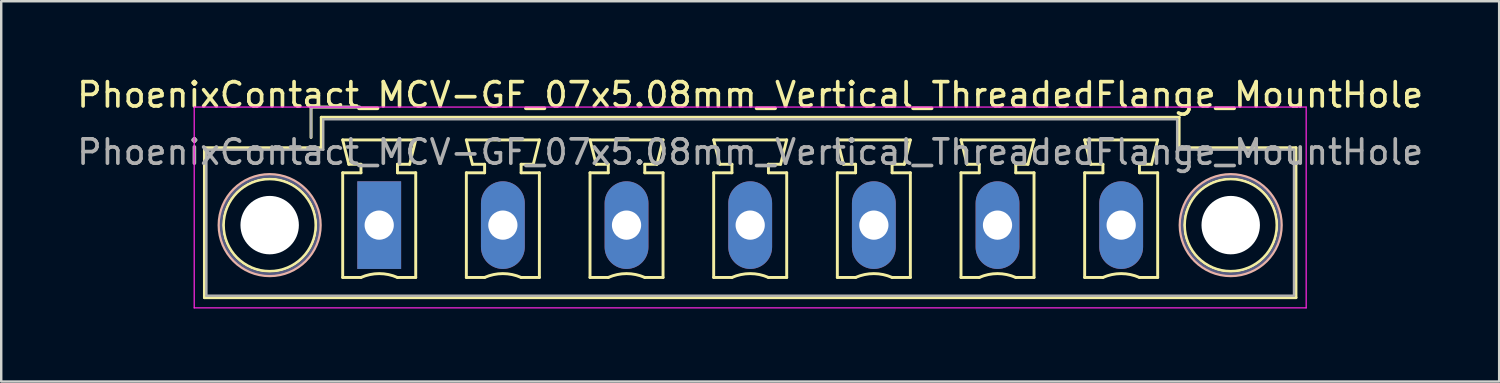
<source format=kicad_pcb>
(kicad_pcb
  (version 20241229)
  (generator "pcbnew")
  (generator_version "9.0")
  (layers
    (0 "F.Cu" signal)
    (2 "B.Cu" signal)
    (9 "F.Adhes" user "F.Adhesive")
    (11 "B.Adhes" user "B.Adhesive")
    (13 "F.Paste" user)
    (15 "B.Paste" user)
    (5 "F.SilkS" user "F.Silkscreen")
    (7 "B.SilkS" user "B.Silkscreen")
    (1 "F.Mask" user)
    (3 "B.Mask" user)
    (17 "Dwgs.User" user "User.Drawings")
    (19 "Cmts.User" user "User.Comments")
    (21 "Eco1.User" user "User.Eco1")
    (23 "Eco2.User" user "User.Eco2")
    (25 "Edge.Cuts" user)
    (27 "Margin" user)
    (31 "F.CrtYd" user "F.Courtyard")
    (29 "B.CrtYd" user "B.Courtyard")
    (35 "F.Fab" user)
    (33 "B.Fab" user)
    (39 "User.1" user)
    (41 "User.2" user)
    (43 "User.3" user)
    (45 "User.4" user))
  (footprint "PhoenixContact_MCV-GF_07x5.08mm_Vertical_ThreadedFlange_MountHole"
    (layer "F.Cu")
    (at 12.528 6.198)
    (property "Reference" "PhoenixContact_MCV-GF_07x5.08mm_Vertical_ThreadedFlange_MountHole" (at 15.24 -5.35 0) (layer "F.SilkS") (effects (font (size 1 1) (thickness 0.15))))
    (attr through_hole)
    (fp_line (start -7.18 -3.18) (end -7.18 2.98) (stroke (width 0.12) (type solid)) (layer "F.SilkS"))
    (fp_line (start -7.18 2.98) (end 37.66 2.98) (stroke (width 0.12) (type solid)) (layer "F.SilkS"))
    (fp_line (start -2.8 -4.85) (end -0.8 -4.85) (stroke (width 0.12) (type solid)) (layer "F.SilkS"))
    (fp_line (start -2.8 -3.6) (end -2.8 -4.85) (stroke (width 0.12) (type solid)) (layer "F.SilkS"))
    (fp_line (start -2.38 -4.43) (end -2.38 -3.18) (stroke (width 0.12) (type solid)) (layer "F.SilkS"))
    (fp_line (start -2.38 -3.18) (end -7.18 -3.18) (stroke (width 0.12) (type solid)) (layer "F.SilkS"))
    (fp_line (start -1.5 -3.5) (end 1.5 -3.5) (stroke (width 0.12) (type solid)) (layer "F.SilkS"))
    (fp_line (start -1.5 -2.15) (end -0.75 -2.15) (stroke (width 0.12) (type solid)) (layer "F.SilkS"))
    (fp_line (start -1.5 2.15) (end -1.5 -2.15) (stroke (width 0.12) (type solid)) (layer "F.SilkS"))
    (fp_line (start -1.25 -2.5) (end -1.5 -3.5) (stroke (width 0.12) (type solid)) (layer "F.SilkS"))
    (fp_line (start -0.75 -2.5) (end -1.25 -2.5) (stroke (width 0.12) (type solid)) (layer "F.SilkS"))
    (fp_line (start -0.75 -2.15) (end -0.75 -2.5) (stroke (width 0.12) (type solid)) (layer "F.SilkS"))
    (fp_line (start -0.75 2.15) (end -1.5 2.15) (stroke (width 0.12) (type solid)) (layer "F.SilkS"))
    (fp_line (start 0.75 -2.5) (end 0.75 -2.15) (stroke (width 0.12) (type solid)) (layer "F.SilkS"))
    (fp_line (start 0.75 -2.15) (end 1.5 -2.15) (stroke (width 0.12) (type solid)) (layer "F.SilkS"))
    (fp_line (start 1.25 -2.5) (end 0.75 -2.5) (stroke (width 0.12) (type solid)) (layer "F.SilkS"))
    (fp_line (start 1.5 -3.5) (end 1.25 -2.5) (stroke (width 0.12) (type solid)) (layer "F.SilkS"))
    (fp_line (start 1.5 -2.15) (end 1.5 2.15) (stroke (width 0.12) (type solid)) (layer "F.SilkS"))
    (fp_line (start 1.5 2.15) (end 0.75 2.15) (stroke (width 0.12) (type solid)) (layer "F.SilkS"))
    (fp_line (start 3.58 -3.5) (end 6.58 -3.5) (stroke (width 0.12) (type solid)) (layer "F.SilkS"))
    (fp_line (start 3.58 -2.15) (end 4.33 -2.15) (stroke (width 0.12) (type solid)) (layer "F.SilkS"))
    (fp_line (start 3.58 2.15) (end 3.58 -2.15) (stroke (width 0.12) (type solid)) (layer "F.SilkS"))
    (fp_line (start 3.83 -2.5) (end 3.58 -3.5) (stroke (width 0.12) (type solid)) (layer "F.SilkS"))
    (fp_line (start 4.33 -2.5) (end 3.83 -2.5) (stroke (width 0.12) (type solid)) (layer "F.SilkS"))
    (fp_line (start 4.33 -2.15) (end 4.33 -2.5) (stroke (width 0.12) (type solid)) (layer "F.SilkS"))
    (fp_line (start 4.33 2.15) (end 3.58 2.15) (stroke (width 0.12) (type solid)) (layer "F.SilkS"))
    (fp_line (start 5.83 -2.5) (end 5.83 -2.15) (stroke (width 0.12) (type solid)) (layer "F.SilkS"))
    (fp_line (start 5.83 -2.15) (end 6.58 -2.15) (stroke (width 0.12) (type solid)) (layer "F.SilkS"))
    (fp_line (start 6.33 -2.5) (end 5.83 -2.5) (stroke (width 0.12) (type solid)) (layer "F.SilkS"))
    (fp_line (start 6.58 -3.5) (end 6.33 -2.5) (stroke (width 0.12) (type solid)) (layer "F.SilkS"))
    (fp_line (start 6.58 -2.15) (end 6.58 2.15) (stroke (width 0.12) (type solid)) (layer "F.SilkS"))
    (fp_line (start 6.58 2.15) (end 5.83 2.15) (stroke (width 0.12) (type solid)) (layer "F.SilkS"))
    (fp_line (start 8.66 -3.5) (end 11.66 -3.5) (stroke (width 0.12) (type solid)) (layer "F.SilkS"))
    (fp_line (start 8.66 -2.15) (end 9.41 -2.15) (stroke (width 0.12) (type solid)) (layer "F.SilkS"))
    (fp_line (start 8.66 2.15) (end 8.66 -2.15) (stroke (width 0.12) (type solid)) (layer "F.SilkS"))
    (fp_line (start 8.91 -2.5) (end 8.66 -3.5) (stroke (width 0.12) (type solid)) (layer "F.SilkS"))
    (fp_line (start 9.41 -2.5) (end 8.91 -2.5) (stroke (width 0.12) (type solid)) (layer "F.SilkS"))
    (fp_line (start 9.41 -2.15) (end 9.41 -2.5) (stroke (width 0.12) (type solid)) (layer "F.SilkS"))
    (fp_line (start 9.41 2.15) (end 8.66 2.15) (stroke (width 0.12) (type solid)) (layer "F.SilkS"))
    (fp_line (start 10.91 -2.5) (end 10.91 -2.15) (stroke (width 0.12) (type solid)) (layer "F.SilkS"))
    (fp_line (start 10.91 -2.15) (end 11.66 -2.15) (stroke (width 0.12) (type solid)) (layer "F.SilkS"))
    (fp_line (start 11.41 -2.5) (end 10.91 -2.5) (stroke (width 0.12) (type solid)) (layer "F.SilkS"))
    (fp_line (start 11.66 -3.5) (end 11.41 -2.5) (stroke (width 0.12) (type solid)) (layer "F.SilkS"))
    (fp_line (start 11.66 -2.15) (end 11.66 2.15) (stroke (width 0.12) (type solid)) (layer "F.SilkS"))
    (fp_line (start 11.66 2.15) (end 10.91 2.15) (stroke (width 0.12) (type solid)) (layer "F.SilkS"))
    (fp_line (start 13.74 -3.5) (end 16.74 -3.5) (stroke (width 0.12) (type solid)) (layer "F.SilkS"))
    (fp_line (start 13.74 -2.15) (end 14.49 -2.15) (stroke (width 0.12) (type solid)) (layer "F.SilkS"))
    (fp_line (start 13.74 2.15) (end 13.74 -2.15) (stroke (width 0.12) (type solid)) (layer "F.SilkS"))
    (fp_line (start 13.99 -2.5) (end 13.74 -3.5) (stroke (width 0.12) (type solid)) (layer "F.SilkS"))
    (fp_line (start 14.49 -2.5) (end 13.99 -2.5) (stroke (width 0.12) (type solid)) (layer "F.SilkS"))
    (fp_line (start 14.49 -2.15) (end 14.49 -2.5) (stroke (width 0.12) (type solid)) (layer "F.SilkS"))
    (fp_line (start 14.49 2.15) (end 13.74 2.15) (stroke (width 0.12) (type solid)) (layer "F.SilkS"))
    (fp_line (start 15.99 -2.5) (end 15.99 -2.15) (stroke (width 0.12) (type solid)) (layer "F.SilkS"))
    (fp_line (start 15.99 -2.15) (end 16.74 -2.15) (stroke (width 0.12) (type solid)) (layer "F.SilkS"))
    (fp_line (start 16.49 -2.5) (end 15.99 -2.5) (stroke (width 0.12) (type solid)) (layer "F.SilkS"))
    (fp_line (start 16.74 -3.5) (end 16.49 -2.5) (stroke (width 0.12) (type solid)) (layer "F.SilkS"))
    (fp_line (start 16.74 -2.15) (end 16.74 2.15) (stroke (width 0.12) (type solid)) (layer "F.SilkS"))
    (fp_line (start 16.74 2.15) (end 15.99 2.15) (stroke (width 0.12) (type solid)) (layer "F.SilkS"))
    (fp_line (start 18.82 -3.5) (end 21.82 -3.5) (stroke (width 0.12) (type solid)) (layer "F.SilkS"))
    (fp_line (start 18.82 -2.15) (end 19.57 -2.15) (stroke (width 0.12) (type solid)) (layer "F.SilkS"))
    (fp_line (start 18.82 2.15) (end 18.82 -2.15) (stroke (width 0.12) (type solid)) (layer "F.SilkS"))
    (fp_line (start 19.07 -2.5) (end 18.82 -3.5) (stroke (width 0.12) (type solid)) (layer "F.SilkS"))
    (fp_line (start 19.57 -2.5) (end 19.07 -2.5) (stroke (width 0.12) (type solid)) (layer "F.SilkS"))
    (fp_line (start 19.57 -2.15) (end 19.57 -2.5) (stroke (width 0.12) (type solid)) (layer "F.SilkS"))
    (fp_line (start 19.57 2.15) (end 18.82 2.15) (stroke (width 0.12) (type solid)) (layer "F.SilkS"))
    (fp_line (start 21.07 -2.5) (end 21.07 -2.15) (stroke (width 0.12) (type solid)) (layer "F.SilkS"))
    (fp_line (start 21.07 -2.15) (end 21.82 -2.15) (stroke (width 0.12) (type solid)) (layer "F.SilkS"))
    (fp_line (start 21.57 -2.5) (end 21.07 -2.5) (stroke (width 0.12) (type solid)) (layer "F.SilkS"))
    (fp_line (start 21.82 -3.5) (end 21.57 -2.5) (stroke (width 0.12) (type solid)) (layer "F.SilkS"))
    (fp_line (start 21.82 -2.15) (end 21.82 2.15) (stroke (width 0.12) (type solid)) (layer "F.SilkS"))
    (fp_line (start 21.82 2.15) (end 21.07 2.15) (stroke (width 0.12) (type solid)) (layer "F.SilkS"))
    (fp_line (start 23.9 -3.5) (end 26.9 -3.5) (stroke (width 0.12) (type solid)) (layer "F.SilkS"))
    (fp_line (start 23.9 -2.15) (end 24.65 -2.15) (stroke (width 0.12) (type solid)) (layer "F.SilkS"))
    (fp_line (start 23.9 2.15) (end 23.9 -2.15) (stroke (width 0.12) (type solid)) (layer "F.SilkS"))
    (fp_line (start 24.15 -2.5) (end 23.9 -3.5) (stroke (width 0.12) (type solid)) (layer "F.SilkS"))
    (fp_line (start 24.65 -2.5) (end 24.15 -2.5) (stroke (width 0.12) (type solid)) (layer "F.SilkS"))
    (fp_line (start 24.65 -2.15) (end 24.65 -2.5) (stroke (width 0.12) (type solid)) (layer "F.SilkS"))
    (fp_line (start 24.65 2.15) (end 23.9 2.15) (stroke (width 0.12) (type solid)) (layer "F.SilkS"))
    (fp_line (start 26.15 -2.5) (end 26.15 -2.15) (stroke (width 0.12) (type solid)) (layer "F.SilkS"))
    (fp_line (start 26.15 -2.15) (end 26.9 -2.15) (stroke (width 0.12) (type solid)) (layer "F.SilkS"))
    (fp_line (start 26.65 -2.5) (end 26.15 -2.5) (stroke (width 0.12) (type solid)) (layer "F.SilkS"))
    (fp_line (start 26.9 -3.5) (end 26.65 -2.5) (stroke (width 0.12) (type solid)) (layer "F.SilkS"))
    (fp_line (start 26.9 -2.15) (end 26.9 2.15) (stroke (width 0.12) (type solid)) (layer "F.SilkS"))
    (fp_line (start 26.9 2.15) (end 26.15 2.15) (stroke (width 0.12) (type solid)) (layer "F.SilkS"))
    (fp_line (start 28.98 -3.5) (end 31.98 -3.5) (stroke (width 0.12) (type solid)) (layer "F.SilkS"))
    (fp_line (start 28.98 -2.15) (end 29.73 -2.15) (stroke (width 0.12) (type solid)) (layer "F.SilkS"))
    (fp_line (start 28.98 2.15) (end 28.98 -2.15) (stroke (width 0.12) (type solid)) (layer "F.SilkS"))
    (fp_line (start 29.23 -2.5) (end 28.98 -3.5) (stroke (width 0.12) (type solid)) (layer "F.SilkS"))
    (fp_line (start 29.73 -2.5) (end 29.23 -2.5) (stroke (width 0.12) (type solid)) (layer "F.SilkS"))
    (fp_line (start 29.73 -2.15) (end 29.73 -2.5) (stroke (width 0.12) (type solid)) (layer "F.SilkS"))
    (fp_line (start 29.73 2.15) (end 28.98 2.15) (stroke (width 0.12) (type solid)) (layer "F.SilkS"))
    (fp_line (start 31.23 -2.5) (end 31.23 -2.15) (stroke (width 0.12) (type solid)) (layer "F.SilkS"))
    (fp_line (start 31.23 -2.15) (end 31.98 -2.15) (stroke (width 0.12) (type solid)) (layer "F.SilkS"))
    (fp_line (start 31.73 -2.5) (end 31.23 -2.5) (stroke (width 0.12) (type solid)) (layer "F.SilkS"))
    (fp_line (start 31.98 -3.5) (end 31.73 -2.5) (stroke (width 0.12) (type solid)) (layer "F.SilkS"))
    (fp_line (start 31.98 -2.15) (end 31.98 2.15) (stroke (width 0.12) (type solid)) (layer "F.SilkS"))
    (fp_line (start 31.98 2.15) (end 31.23 2.15) (stroke (width 0.12) (type solid)) (layer "F.SilkS"))
    (fp_line (start 32.86 -4.43) (end -2.38 -4.43) (stroke (width 0.12) (type solid)) (layer "F.SilkS"))
    (fp_line (start 32.86 -3.18) (end 32.86 -4.43) (stroke (width 0.12) (type solid)) (layer "F.SilkS"))
    (fp_line (start 37.66 -3.18) (end 32.86 -3.18) (stroke (width 0.12) (type solid)) (layer "F.SilkS"))
    (fp_line (start 37.66 2.98) (end 37.66 -3.18) (stroke (width 0.12) (type solid)) (layer "F.SilkS"))
    (fp_arc (start -0.75 2.15) (mid -0.000193 1.99191) (end 0.749647 2.149844) (stroke (width 0.12) (type solid)) (layer "F.SilkS"))
    (fp_arc (start 4.33 2.15) (mid 5.079807 1.99191) (end 5.829647 2.149844) (stroke (width 0.12) (type solid)) (layer "F.SilkS"))
    (fp_arc (start 9.41 2.15) (mid 10.159807 1.99191) (end 10.909647 2.149844) (stroke (width 0.12) (type solid)) (layer "F.SilkS"))
    (fp_arc (start 14.49 2.15) (mid 15.239807 1.99191) (end 15.989647 2.149844) (stroke (width 0.12) (type solid)) (layer "F.SilkS"))
    (fp_arc (start 19.57 2.15) (mid 20.319807 1.99191) (end 21.069647 2.149844) (stroke (width 0.12) (type solid)) (layer "F.SilkS"))
    (fp_arc (start 24.65 2.15) (mid 25.399807 1.99191) (end 26.149647 2.149844) (stroke (width 0.12) (type solid)) (layer "F.SilkS"))
    (fp_arc (start 29.73 2.15) (mid 30.479807 1.99191) (end 31.229647 2.149844) (stroke (width 0.12) (type solid)) (layer "F.SilkS"))
    (fp_circle (center -4.5 0) (end -2.6 0) (stroke (width 0.12) (type solid)) (fill no) (layer "F.SilkS"))
    (fp_circle (center 34.98 0) (end 36.88 0) (stroke (width 0.12) (type solid)) (fill no) (layer "F.SilkS"))
    (fp_circle (center -4.5 0) (end -2.42 0) (stroke (width 0.12) (type solid)) (fill no) (layer "B.SilkS"))
    (fp_circle (center 34.98 0) (end 37.06 0) (stroke (width 0.12) (type solid)) (fill no) (layer "B.SilkS"))
    (fp_line (start -7.6 -4.85) (end -7.6 3.4) (stroke (width 0.05) (type solid)) (layer "F.CrtYd"))
    (fp_line (start -7.6 3.4) (end 38.08 3.4) (stroke (width 0.05) (type solid)) (layer "F.CrtYd"))
    (fp_line (start 38.08 -4.85) (end -7.6 -4.85) (stroke (width 0.05) (type solid)) (layer "F.CrtYd"))
    (fp_line (start 38.08 3.4) (end 38.08 -4.85) (stroke (width 0.05) (type solid)) (layer "F.CrtYd"))
    (fp_circle (center -4.5 0) (end -2.5 0) (stroke (width 0.1) (type solid)) (fill no) (layer "B.Fab"))
    (fp_circle (center 34.98 0) (end 36.98 0) (stroke (width 0.1) (type solid)) (fill no) (layer "B.Fab"))
    (fp_line (start -7.1 -3.1) (end -7.1 2.9) (stroke (width 0.1) (type solid)) (layer "F.Fab"))
    (fp_line (start -7.1 2.9) (end 37.58 2.9) (stroke (width 0.1) (type solid)) (layer "F.Fab"))
    (fp_line (start -2.8 -4.85) (end -0.8 -4.85) (stroke (width 0.1) (type solid)) (layer "F.Fab"))
    (fp_line (start -2.8 -3.6) (end -2.8 -4.85) (stroke (width 0.1) (type solid)) (layer "F.Fab"))
    (fp_line (start -2.3 -4.35) (end -2.3 -3.1) (stroke (width 0.1) (type solid)) (layer "F.Fab"))
    (fp_line (start -2.3 -3.1) (end -7.1 -3.1) (stroke (width 0.1) (type solid)) (layer "F.Fab"))
    (fp_line (start 32.78 -4.35) (end -2.3 -4.35) (stroke (width 0.1) (type solid)) (layer "F.Fab"))
    (fp_line (start 32.78 -3.1) (end 32.78 -4.35) (stroke (width 0.1) (type solid)) (layer "F.Fab"))
    (fp_line (start 37.58 -3.1) (end 32.78 -3.1) (stroke (width 0.1) (type solid)) (layer "F.Fab"))
    (fp_line (start 37.58 2.9) (end 37.58 -3.1) (stroke (width 0.1) (type solid)) (layer "F.Fab"))
    (fp_text user "${REFERENCE}" (at 15.24 -3 0) (layer "F.Fab") (effects (font (size 1 1) (thickness 0.15))))
    (pad "" np_thru_hole circle (at -4.5 0) (size 2.4 2.4) (drill 2.4) (layers "*.Cu" "*.Mask"))
    (pad "" np_thru_hole circle (at 34.98 0) (size 2.4 2.4) (drill 2.4) (layers "*.Cu" "*.Mask"))
    (pad "1" thru_hole rect (at 0 0) (size 1.8 3.6) (drill 1.2) (layers "*.Cu" "*.Mask"))
    (pad "2" thru_hole oval (at 5.08 0) (size 1.8 3.6) (drill 1.2) (layers "*.Cu" "*.Mask"))
    (pad "3" thru_hole oval (at 10.16 0) (size 1.8 3.6) (drill 1.2) (layers "*.Cu" "*.Mask"))
    (pad "4" thru_hole oval (at 15.24 0) (size 1.8 3.6) (drill 1.2) (layers "*.Cu" "*.Mask"))
    (pad "5" thru_hole oval (at 20.32 0) (size 1.8 3.6) (drill 1.2) (layers "*.Cu" "*.Mask"))
    (pad "6" thru_hole oval (at 25.4 0) (size 1.8 3.6) (drill 1.2) (layers "*.Cu" "*.Mask"))
    (pad "7" thru_hole oval (at 30.48 0) (size 1.8 3.6) (drill 1.2) (layers "*.Cu" "*.Mask")))
  (gr_rect
    (start -3 -3)
    (end 58.536 12.623)
    (stroke (width 0.1) (type default))
    (fill no)
    (layer "Edge.Cuts")))
</source>
